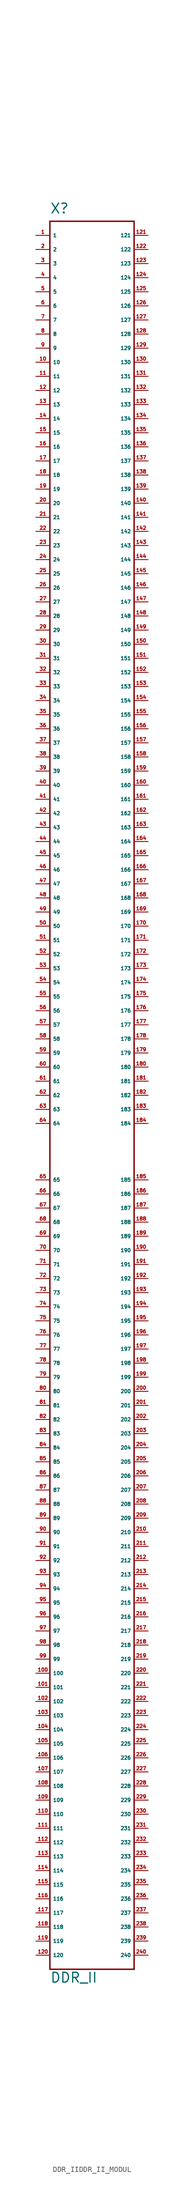
<source format=kicad_sym>
(kicad_symbol_lib
  (version 20220914)
  (generator Eagle2Kicad)
  (symbol "DDR_IIDDR_II_MODUL"
    (property "Reference" "X"
      (at -7.62 168.91 0)
      (effects (font (size 1.778 1.778) (thickness 0.22)) (justify left bottom)))
    (property "Value" "DDR_II"
      (at -7.62 -149.86 0)
      (effects (font (size 1.778 1.778) (thickness 0.22)) (justify left bottom)))
    (polyline
      (pts (xy -7.62 167.64) (xy 7.62 167.64))
      (stroke (width 0.254) (type default))
      (fill (type none)))
    (polyline
      (pts (xy 7.62 167.64) (xy 7.62 -147.32))
      (stroke (width 0.254) (type default))
      (fill (type none)))
    (polyline
      (pts (xy 7.62 -147.32) (xy -7.62 -147.32))
      (stroke (width 0.254) (type default))
      (fill (type none)))
    (polyline
      (pts (xy -7.62 -147.32) (xy -7.62 167.64))
      (stroke (width 0.254) (type default))
      (fill (type none)))
    (pin passive line
      (at -10.16 165.1 0)
      (length 2.54)
      (name "1" (effects (font (size 0.635 0.635) (thickness 0.08)) (justify left bottom)))
      (number "1" (effects (font (size 0.635 0.635) (thickness 0.08)) (justify left bottom))))
    (pin passive line
      (at -10.16 162.56 0)
      (length 2.54)
      (name "2" (effects (font (size 0.635 0.635) (thickness 0.08)) (justify left bottom)))
      (number "2" (effects (font (size 0.635 0.635) (thickness 0.08)) (justify left bottom))))
    (pin passive line
      (at -10.16 160.02 0)
      (length 2.54)
      (name "3" (effects (font (size 0.635 0.635) (thickness 0.08)) (justify left bottom)))
      (number "3" (effects (font (size 0.635 0.635) (thickness 0.08)) (justify left bottom))))
    (pin passive line
      (at -10.16 157.48 0)
      (length 2.54)
      (name "4" (effects (font (size 0.635 0.635) (thickness 0.08)) (justify left bottom)))
      (number "4" (effects (font (size 0.635 0.635) (thickness 0.08)) (justify left bottom))))
    (pin passive line
      (at -10.16 154.94 0)
      (length 2.54)
      (name "5" (effects (font (size 0.635 0.635) (thickness 0.08)) (justify left bottom)))
      (number "5" (effects (font (size 0.635 0.635) (thickness 0.08)) (justify left bottom))))
    (pin passive line
      (at -10.16 152.4 0)
      (length 2.54)
      (name "6" (effects (font (size 0.635 0.635) (thickness 0.08)) (justify left bottom)))
      (number "6" (effects (font (size 0.635 0.635) (thickness 0.08)) (justify left bottom))))
    (pin passive line
      (at -10.16 149.86 0)
      (length 2.54)
      (name "7" (effects (font (size 0.635 0.635) (thickness 0.08)) (justify left bottom)))
      (number "7" (effects (font (size 0.635 0.635) (thickness 0.08)) (justify left bottom))))
    (pin passive line
      (at -10.16 147.32 0)
      (length 2.54)
      (name "8" (effects (font (size 0.635 0.635) (thickness 0.08)) (justify left bottom)))
      (number "8" (effects (font (size 0.635 0.635) (thickness 0.08)) (justify left bottom))))
    (pin passive line
      (at -10.16 144.78 0)
      (length 2.54)
      (name "9" (effects (font (size 0.635 0.635) (thickness 0.08)) (justify left bottom)))
      (number "9" (effects (font (size 0.635 0.635) (thickness 0.08)) (justify left bottom))))
    (pin passive line
      (at -10.16 142.24 0)
      (length 2.54)
      (name "10" (effects (font (size 0.635 0.635) (thickness 0.08)) (justify left bottom)))
      (number "10" (effects (font (size 0.635 0.635) (thickness 0.08)) (justify left bottom))))
    (pin passive line
      (at -10.16 139.7 0)
      (length 2.54)
      (name "11" (effects (font (size 0.635 0.635) (thickness 0.08)) (justify left bottom)))
      (number "11" (effects (font (size 0.635 0.635) (thickness 0.08)) (justify left bottom))))
    (pin passive line
      (at -10.16 137.16 0)
      (length 2.54)
      (name "12" (effects (font (size 0.635 0.635) (thickness 0.08)) (justify left bottom)))
      (number "12" (effects (font (size 0.635 0.635) (thickness 0.08)) (justify left bottom))))
    (pin passive line
      (at -10.16 134.62 0)
      (length 2.54)
      (name "13" (effects (font (size 0.635 0.635) (thickness 0.08)) (justify left bottom)))
      (number "13" (effects (font (size 0.635 0.635) (thickness 0.08)) (justify left bottom))))
    (pin passive line
      (at -10.16 132.08 0)
      (length 2.54)
      (name "14" (effects (font (size 0.635 0.635) (thickness 0.08)) (justify left bottom)))
      (number "14" (effects (font (size 0.635 0.635) (thickness 0.08)) (justify left bottom))))
    (pin passive line
      (at -10.16 129.54 0)
      (length 2.54)
      (name "15" (effects (font (size 0.635 0.635) (thickness 0.08)) (justify left bottom)))
      (number "15" (effects (font (size 0.635 0.635) (thickness 0.08)) (justify left bottom))))
    (pin passive line
      (at -10.16 127 0)
      (length 2.54)
      (name "16" (effects (font (size 0.635 0.635) (thickness 0.08)) (justify left bottom)))
      (number "16" (effects (font (size 0.635 0.635) (thickness 0.08)) (justify left bottom))))
    (pin passive line
      (at -10.16 124.46 0)
      (length 2.54)
      (name "17" (effects (font (size 0.635 0.635) (thickness 0.08)) (justify left bottom)))
      (number "17" (effects (font (size 0.635 0.635) (thickness 0.08)) (justify left bottom))))
    (pin passive line
      (at -10.16 121.92 0)
      (length 2.54)
      (name "18" (effects (font (size 0.635 0.635) (thickness 0.08)) (justify left bottom)))
      (number "18" (effects (font (size 0.635 0.635) (thickness 0.08)) (justify left bottom))))
    (pin passive line
      (at -10.16 119.38 0)
      (length 2.54)
      (name "19" (effects (font (size 0.635 0.635) (thickness 0.08)) (justify left bottom)))
      (number "19" (effects (font (size 0.635 0.635) (thickness 0.08)) (justify left bottom))))
    (pin passive line
      (at -10.16 116.84 0)
      (length 2.54)
      (name "20" (effects (font (size 0.635 0.635) (thickness 0.08)) (justify left bottom)))
      (number "20" (effects (font (size 0.635 0.635) (thickness 0.08)) (justify left bottom))))
    (pin passive line
      (at -10.16 114.3 0)
      (length 2.54)
      (name "21" (effects (font (size 0.635 0.635) (thickness 0.08)) (justify left bottom)))
      (number "21" (effects (font (size 0.635 0.635) (thickness 0.08)) (justify left bottom))))
    (pin passive line
      (at -10.16 111.76 0)
      (length 2.54)
      (name "22" (effects (font (size 0.635 0.635) (thickness 0.08)) (justify left bottom)))
      (number "22" (effects (font (size 0.635 0.635) (thickness 0.08)) (justify left bottom))))
    (pin passive line
      (at -10.16 109.22 0)
      (length 2.54)
      (name "23" (effects (font (size 0.635 0.635) (thickness 0.08)) (justify left bottom)))
      (number "23" (effects (font (size 0.635 0.635) (thickness 0.08)) (justify left bottom))))
    (pin passive line
      (at -10.16 106.68 0)
      (length 2.54)
      (name "24" (effects (font (size 0.635 0.635) (thickness 0.08)) (justify left bottom)))
      (number "24" (effects (font (size 0.635 0.635) (thickness 0.08)) (justify left bottom))))
    (pin passive line
      (at -10.16 104.14 0)
      (length 2.54)
      (name "25" (effects (font (size 0.635 0.635) (thickness 0.08)) (justify left bottom)))
      (number "25" (effects (font (size 0.635 0.635) (thickness 0.08)) (justify left bottom))))
    (pin passive line
      (at -10.16 101.6 0)
      (length 2.54)
      (name "26" (effects (font (size 0.635 0.635) (thickness 0.08)) (justify left bottom)))
      (number "26" (effects (font (size 0.635 0.635) (thickness 0.08)) (justify left bottom))))
    (pin passive line
      (at -10.16 99.06 0)
      (length 2.54)
      (name "27" (effects (font (size 0.635 0.635) (thickness 0.08)) (justify left bottom)))
      (number "27" (effects (font (size 0.635 0.635) (thickness 0.08)) (justify left bottom))))
    (pin passive line
      (at -10.16 96.52 0)
      (length 2.54)
      (name "28" (effects (font (size 0.635 0.635) (thickness 0.08)) (justify left bottom)))
      (number "28" (effects (font (size 0.635 0.635) (thickness 0.08)) (justify left bottom))))
    (pin passive line
      (at -10.16 93.98 0)
      (length 2.54)
      (name "29" (effects (font (size 0.635 0.635) (thickness 0.08)) (justify left bottom)))
      (number "29" (effects (font (size 0.635 0.635) (thickness 0.08)) (justify left bottom))))
    (pin passive line
      (at -10.16 91.44 0)
      (length 2.54)
      (name "30" (effects (font (size 0.635 0.635) (thickness 0.08)) (justify left bottom)))
      (number "30" (effects (font (size 0.635 0.635) (thickness 0.08)) (justify left bottom))))
    (pin passive line
      (at -10.16 88.9 0)
      (length 2.54)
      (name "31" (effects (font (size 0.635 0.635) (thickness 0.08)) (justify left bottom)))
      (number "31" (effects (font (size 0.635 0.635) (thickness 0.08)) (justify left bottom))))
    (pin passive line
      (at -10.16 86.36 0)
      (length 2.54)
      (name "32" (effects (font (size 0.635 0.635) (thickness 0.08)) (justify left bottom)))
      (number "32" (effects (font (size 0.635 0.635) (thickness 0.08)) (justify left bottom))))
    (pin passive line
      (at -10.16 83.82 0)
      (length 2.54)
      (name "33" (effects (font (size 0.635 0.635) (thickness 0.08)) (justify left bottom)))
      (number "33" (effects (font (size 0.635 0.635) (thickness 0.08)) (justify left bottom))))
    (pin passive line
      (at -10.16 81.28 0)
      (length 2.54)
      (name "34" (effects (font (size 0.635 0.635) (thickness 0.08)) (justify left bottom)))
      (number "34" (effects (font (size 0.635 0.635) (thickness 0.08)) (justify left bottom))))
    (pin passive line
      (at -10.16 78.74 0)
      (length 2.54)
      (name "35" (effects (font (size 0.635 0.635) (thickness 0.08)) (justify left bottom)))
      (number "35" (effects (font (size 0.635 0.635) (thickness 0.08)) (justify left bottom))))
    (pin passive line
      (at -10.16 76.2 0)
      (length 2.54)
      (name "36" (effects (font (size 0.635 0.635) (thickness 0.08)) (justify left bottom)))
      (number "36" (effects (font (size 0.635 0.635) (thickness 0.08)) (justify left bottom))))
    (pin passive line
      (at -10.16 73.66 0)
      (length 2.54)
      (name "37" (effects (font (size 0.635 0.635) (thickness 0.08)) (justify left bottom)))
      (number "37" (effects (font (size 0.635 0.635) (thickness 0.08)) (justify left bottom))))
    (pin passive line
      (at -10.16 71.12 0)
      (length 2.54)
      (name "38" (effects (font (size 0.635 0.635) (thickness 0.08)) (justify left bottom)))
      (number "38" (effects (font (size 0.635 0.635) (thickness 0.08)) (justify left bottom))))
    (pin passive line
      (at -10.16 68.58 0)
      (length 2.54)
      (name "39" (effects (font (size 0.635 0.635) (thickness 0.08)) (justify left bottom)))
      (number "39" (effects (font (size 0.635 0.635) (thickness 0.08)) (justify left bottom))))
    (pin passive line
      (at -10.16 66.04 0)
      (length 2.54)
      (name "40" (effects (font (size 0.635 0.635) (thickness 0.08)) (justify left bottom)))
      (number "40" (effects (font (size 0.635 0.635) (thickness 0.08)) (justify left bottom))))
    (pin passive line
      (at -10.16 63.5 0)
      (length 2.54)
      (name "41" (effects (font (size 0.635 0.635) (thickness 0.08)) (justify left bottom)))
      (number "41" (effects (font (size 0.635 0.635) (thickness 0.08)) (justify left bottom))))
    (pin passive line
      (at -10.16 60.96 0)
      (length 2.54)
      (name "42" (effects (font (size 0.635 0.635) (thickness 0.08)) (justify left bottom)))
      (number "42" (effects (font (size 0.635 0.635) (thickness 0.08)) (justify left bottom))))
    (pin passive line
      (at -10.16 58.42 0)
      (length 2.54)
      (name "43" (effects (font (size 0.635 0.635) (thickness 0.08)) (justify left bottom)))
      (number "43" (effects (font (size 0.635 0.635) (thickness 0.08)) (justify left bottom))))
    (pin passive line
      (at -10.16 55.88 0)
      (length 2.54)
      (name "44" (effects (font (size 0.635 0.635) (thickness 0.08)) (justify left bottom)))
      (number "44" (effects (font (size 0.635 0.635) (thickness 0.08)) (justify left bottom))))
    (pin passive line
      (at -10.16 53.34 0)
      (length 2.54)
      (name "45" (effects (font (size 0.635 0.635) (thickness 0.08)) (justify left bottom)))
      (number "45" (effects (font (size 0.635 0.635) (thickness 0.08)) (justify left bottom))))
    (pin passive line
      (at -10.16 50.8 0)
      (length 2.54)
      (name "46" (effects (font (size 0.635 0.635) (thickness 0.08)) (justify left bottom)))
      (number "46" (effects (font (size 0.635 0.635) (thickness 0.08)) (justify left bottom))))
    (pin passive line
      (at -10.16 48.26 0)
      (length 2.54)
      (name "47" (effects (font (size 0.635 0.635) (thickness 0.08)) (justify left bottom)))
      (number "47" (effects (font (size 0.635 0.635) (thickness 0.08)) (justify left bottom))))
    (pin passive line
      (at -10.16 45.72 0)
      (length 2.54)
      (name "48" (effects (font (size 0.635 0.635) (thickness 0.08)) (justify left bottom)))
      (number "48" (effects (font (size 0.635 0.635) (thickness 0.08)) (justify left bottom))))
    (pin passive line
      (at -10.16 43.18 0)
      (length 2.54)
      (name "49" (effects (font (size 0.635 0.635) (thickness 0.08)) (justify left bottom)))
      (number "49" (effects (font (size 0.635 0.635) (thickness 0.08)) (justify left bottom))))
    (pin passive line
      (at -10.16 40.64 0)
      (length 2.54)
      (name "50" (effects (font (size 0.635 0.635) (thickness 0.08)) (justify left bottom)))
      (number "50" (effects (font (size 0.635 0.635) (thickness 0.08)) (justify left bottom))))
    (pin passive line
      (at -10.16 38.1 0)
      (length 2.54)
      (name "51" (effects (font (size 0.635 0.635) (thickness 0.08)) (justify left bottom)))
      (number "51" (effects (font (size 0.635 0.635) (thickness 0.08)) (justify left bottom))))
    (pin passive line
      (at -10.16 35.56 0)
      (length 2.54)
      (name "52" (effects (font (size 0.635 0.635) (thickness 0.08)) (justify left bottom)))
      (number "52" (effects (font (size 0.635 0.635) (thickness 0.08)) (justify left bottom))))
    (pin passive line
      (at -10.16 33.02 0)
      (length 2.54)
      (name "53" (effects (font (size 0.635 0.635) (thickness 0.08)) (justify left bottom)))
      (number "53" (effects (font (size 0.635 0.635) (thickness 0.08)) (justify left bottom))))
    (pin passive line
      (at -10.16 30.48 0)
      (length 2.54)
      (name "54" (effects (font (size 0.635 0.635) (thickness 0.08)) (justify left bottom)))
      (number "54" (effects (font (size 0.635 0.635) (thickness 0.08)) (justify left bottom))))
    (pin passive line
      (at -10.16 27.94 0)
      (length 2.54)
      (name "55" (effects (font (size 0.635 0.635) (thickness 0.08)) (justify left bottom)))
      (number "55" (effects (font (size 0.635 0.635) (thickness 0.08)) (justify left bottom))))
    (pin passive line
      (at -10.16 25.4 0)
      (length 2.54)
      (name "56" (effects (font (size 0.635 0.635) (thickness 0.08)) (justify left bottom)))
      (number "56" (effects (font (size 0.635 0.635) (thickness 0.08)) (justify left bottom))))
    (pin passive line
      (at -10.16 22.86 0)
      (length 2.54)
      (name "57" (effects (font (size 0.635 0.635) (thickness 0.08)) (justify left bottom)))
      (number "57" (effects (font (size 0.635 0.635) (thickness 0.08)) (justify left bottom))))
    (pin passive line
      (at -10.16 20.32 0)
      (length 2.54)
      (name "58" (effects (font (size 0.635 0.635) (thickness 0.08)) (justify left bottom)))
      (number "58" (effects (font (size 0.635 0.635) (thickness 0.08)) (justify left bottom))))
    (pin passive line
      (at -10.16 17.78 0)
      (length 2.54)
      (name "59" (effects (font (size 0.635 0.635) (thickness 0.08)) (justify left bottom)))
      (number "59" (effects (font (size 0.635 0.635) (thickness 0.08)) (justify left bottom))))
    (pin passive line
      (at -10.16 15.24 0)
      (length 2.54)
      (name "60" (effects (font (size 0.635 0.635) (thickness 0.08)) (justify left bottom)))
      (number "60" (effects (font (size 0.635 0.635) (thickness 0.08)) (justify left bottom))))
    (pin passive line
      (at -10.16 12.7 0)
      (length 2.54)
      (name "61" (effects (font (size 0.635 0.635) (thickness 0.08)) (justify left bottom)))
      (number "61" (effects (font (size 0.635 0.635) (thickness 0.08)) (justify left bottom))))
    (pin passive line
      (at -10.16 10.16 0)
      (length 2.54)
      (name "62" (effects (font (size 0.635 0.635) (thickness 0.08)) (justify left bottom)))
      (number "62" (effects (font (size 0.635 0.635) (thickness 0.08)) (justify left bottom))))
    (pin passive line
      (at -10.16 7.62 0)
      (length 2.54)
      (name "63" (effects (font (size 0.635 0.635) (thickness 0.08)) (justify left bottom)))
      (number "63" (effects (font (size 0.635 0.635) (thickness 0.08)) (justify left bottom))))
    (pin passive line
      (at -10.16 5.08 0)
      (length 2.54)
      (name "64" (effects (font (size 0.635 0.635) (thickness 0.08)) (justify left bottom)))
      (number "64" (effects (font (size 0.635 0.635) (thickness 0.08)) (justify left bottom))))
    (pin passive line
      (at -10.16 -5.08 0)
      (length 2.54)
      (name "65" (effects (font (size 0.635 0.635) (thickness 0.08)) (justify left bottom)))
      (number "65" (effects (font (size 0.635 0.635) (thickness 0.08)) (justify left bottom))))
    (pin passive line
      (at -10.16 -7.62 0)
      (length 2.54)
      (name "66" (effects (font (size 0.635 0.635) (thickness 0.08)) (justify left bottom)))
      (number "66" (effects (font (size 0.635 0.635) (thickness 0.08)) (justify left bottom))))
    (pin passive line
      (at -10.16 -10.16 0)
      (length 2.54)
      (name "67" (effects (font (size 0.635 0.635) (thickness 0.08)) (justify left bottom)))
      (number "67" (effects (font (size 0.635 0.635) (thickness 0.08)) (justify left bottom))))
    (pin passive line
      (at -10.16 -12.7 0)
      (length 2.54)
      (name "68" (effects (font (size 0.635 0.635) (thickness 0.08)) (justify left bottom)))
      (number "68" (effects (font (size 0.635 0.635) (thickness 0.08)) (justify left bottom))))
    (pin passive line
      (at -10.16 -15.24 0)
      (length 2.54)
      (name "69" (effects (font (size 0.635 0.635) (thickness 0.08)) (justify left bottom)))
      (number "69" (effects (font (size 0.635 0.635) (thickness 0.08)) (justify left bottom))))
    (pin passive line
      (at -10.16 -17.78 0)
      (length 2.54)
      (name "70" (effects (font (size 0.635 0.635) (thickness 0.08)) (justify left bottom)))
      (number "70" (effects (font (size 0.635 0.635) (thickness 0.08)) (justify left bottom))))
    (pin passive line
      (at -10.16 -20.32 0)
      (length 2.54)
      (name "71" (effects (font (size 0.635 0.635) (thickness 0.08)) (justify left bottom)))
      (number "71" (effects (font (size 0.635 0.635) (thickness 0.08)) (justify left bottom))))
    (pin passive line
      (at -10.16 -22.86 0)
      (length 2.54)
      (name "72" (effects (font (size 0.635 0.635) (thickness 0.08)) (justify left bottom)))
      (number "72" (effects (font (size 0.635 0.635) (thickness 0.08)) (justify left bottom))))
    (pin passive line
      (at -10.16 -25.4 0)
      (length 2.54)
      (name "73" (effects (font (size 0.635 0.635) (thickness 0.08)) (justify left bottom)))
      (number "73" (effects (font (size 0.635 0.635) (thickness 0.08)) (justify left bottom))))
    (pin passive line
      (at -10.16 -27.94 0)
      (length 2.54)
      (name "74" (effects (font (size 0.635 0.635) (thickness 0.08)) (justify left bottom)))
      (number "74" (effects (font (size 0.635 0.635) (thickness 0.08)) (justify left bottom))))
    (pin passive line
      (at -10.16 -30.48 0)
      (length 2.54)
      (name "75" (effects (font (size 0.635 0.635) (thickness 0.08)) (justify left bottom)))
      (number "75" (effects (font (size 0.635 0.635) (thickness 0.08)) (justify left bottom))))
    (pin passive line
      (at -10.16 -33.02 0)
      (length 2.54)
      (name "76" (effects (font (size 0.635 0.635) (thickness 0.08)) (justify left bottom)))
      (number "76" (effects (font (size 0.635 0.635) (thickness 0.08)) (justify left bottom))))
    (pin passive line
      (at -10.16 -35.56 0)
      (length 2.54)
      (name "77" (effects (font (size 0.635 0.635) (thickness 0.08)) (justify left bottom)))
      (number "77" (effects (font (size 0.635 0.635) (thickness 0.08)) (justify left bottom))))
    (pin passive line
      (at -10.16 -38.1 0)
      (length 2.54)
      (name "78" (effects (font (size 0.635 0.635) (thickness 0.08)) (justify left bottom)))
      (number "78" (effects (font (size 0.635 0.635) (thickness 0.08)) (justify left bottom))))
    (pin passive line
      (at -10.16 -40.64 0)
      (length 2.54)
      (name "79" (effects (font (size 0.635 0.635) (thickness 0.08)) (justify left bottom)))
      (number "79" (effects (font (size 0.635 0.635) (thickness 0.08)) (justify left bottom))))
    (pin passive line
      (at -10.16 -43.18 0)
      (length 2.54)
      (name "80" (effects (font (size 0.635 0.635) (thickness 0.08)) (justify left bottom)))
      (number "80" (effects (font (size 0.635 0.635) (thickness 0.08)) (justify left bottom))))
    (pin passive line
      (at -10.16 -45.72 0)
      (length 2.54)
      (name "81" (effects (font (size 0.635 0.635) (thickness 0.08)) (justify left bottom)))
      (number "81" (effects (font (size 0.635 0.635) (thickness 0.08)) (justify left bottom))))
    (pin passive line
      (at -10.16 -48.26 0)
      (length 2.54)
      (name "82" (effects (font (size 0.635 0.635) (thickness 0.08)) (justify left bottom)))
      (number "82" (effects (font (size 0.635 0.635) (thickness 0.08)) (justify left bottom))))
    (pin passive line
      (at -10.16 -50.8 0)
      (length 2.54)
      (name "83" (effects (font (size 0.635 0.635) (thickness 0.08)) (justify left bottom)))
      (number "83" (effects (font (size 0.635 0.635) (thickness 0.08)) (justify left bottom))))
    (pin passive line
      (at -10.16 -53.34 0)
      (length 2.54)
      (name "84" (effects (font (size 0.635 0.635) (thickness 0.08)) (justify left bottom)))
      (number "84" (effects (font (size 0.635 0.635) (thickness 0.08)) (justify left bottom))))
    (pin passive line
      (at -10.16 -55.88 0)
      (length 2.54)
      (name "85" (effects (font (size 0.635 0.635) (thickness 0.08)) (justify left bottom)))
      (number "85" (effects (font (size 0.635 0.635) (thickness 0.08)) (justify left bottom))))
    (pin passive line
      (at -10.16 -58.42 0)
      (length 2.54)
      (name "86" (effects (font (size 0.635 0.635) (thickness 0.08)) (justify left bottom)))
      (number "86" (effects (font (size 0.635 0.635) (thickness 0.08)) (justify left bottom))))
    (pin passive line
      (at -10.16 -60.96 0)
      (length 2.54)
      (name "87" (effects (font (size 0.635 0.635) (thickness 0.08)) (justify left bottom)))
      (number "87" (effects (font (size 0.635 0.635) (thickness 0.08)) (justify left bottom))))
    (pin passive line
      (at -10.16 -63.5 0)
      (length 2.54)
      (name "88" (effects (font (size 0.635 0.635) (thickness 0.08)) (justify left bottom)))
      (number "88" (effects (font (size 0.635 0.635) (thickness 0.08)) (justify left bottom))))
    (pin passive line
      (at -10.16 -66.04 0)
      (length 2.54)
      (name "89" (effects (font (size 0.635 0.635) (thickness 0.08)) (justify left bottom)))
      (number "89" (effects (font (size 0.635 0.635) (thickness 0.08)) (justify left bottom))))
    (pin passive line
      (at -10.16 -68.58 0)
      (length 2.54)
      (name "90" (effects (font (size 0.635 0.635) (thickness 0.08)) (justify left bottom)))
      (number "90" (effects (font (size 0.635 0.635) (thickness 0.08)) (justify left bottom))))
    (pin passive line
      (at -10.16 -71.12 0)
      (length 2.54)
      (name "91" (effects (font (size 0.635 0.635) (thickness 0.08)) (justify left bottom)))
      (number "91" (effects (font (size 0.635 0.635) (thickness 0.08)) (justify left bottom))))
    (pin passive line
      (at -10.16 -73.66 0)
      (length 2.54)
      (name "92" (effects (font (size 0.635 0.635) (thickness 0.08)) (justify left bottom)))
      (number "92" (effects (font (size 0.635 0.635) (thickness 0.08)) (justify left bottom))))
    (pin passive line
      (at -10.16 -76.2 0)
      (length 2.54)
      (name "93" (effects (font (size 0.635 0.635) (thickness 0.08)) (justify left bottom)))
      (number "93" (effects (font (size 0.635 0.635) (thickness 0.08)) (justify left bottom))))
    (pin passive line
      (at -10.16 -78.74 0)
      (length 2.54)
      (name "94" (effects (font (size 0.635 0.635) (thickness 0.08)) (justify left bottom)))
      (number "94" (effects (font (size 0.635 0.635) (thickness 0.08)) (justify left bottom))))
    (pin passive line
      (at -10.16 -81.28 0)
      (length 2.54)
      (name "95" (effects (font (size 0.635 0.635) (thickness 0.08)) (justify left bottom)))
      (number "95" (effects (font (size 0.635 0.635) (thickness 0.08)) (justify left bottom))))
    (pin passive line
      (at -10.16 -83.82 0)
      (length 2.54)
      (name "96" (effects (font (size 0.635 0.635) (thickness 0.08)) (justify left bottom)))
      (number "96" (effects (font (size 0.635 0.635) (thickness 0.08)) (justify left bottom))))
    (pin passive line
      (at -10.16 -86.36 0)
      (length 2.54)
      (name "97" (effects (font (size 0.635 0.635) (thickness 0.08)) (justify left bottom)))
      (number "97" (effects (font (size 0.635 0.635) (thickness 0.08)) (justify left bottom))))
    (pin passive line
      (at -10.16 -88.9 0)
      (length 2.54)
      (name "98" (effects (font (size 0.635 0.635) (thickness 0.08)) (justify left bottom)))
      (number "98" (effects (font (size 0.635 0.635) (thickness 0.08)) (justify left bottom))))
    (pin passive line
      (at -10.16 -91.44 0)
      (length 2.54)
      (name "99" (effects (font (size 0.635 0.635) (thickness 0.08)) (justify left bottom)))
      (number "99" (effects (font (size 0.635 0.635) (thickness 0.08)) (justify left bottom))))
    (pin passive line
      (at -10.16 -93.98 0)
      (length 2.54)
      (name "100" (effects (font (size 0.635 0.635) (thickness 0.08)) (justify left bottom)))
      (number "100" (effects (font (size 0.635 0.635) (thickness 0.08)) (justify left bottom))))
    (pin passive line
      (at -10.16 -96.52 0)
      (length 2.54)
      (name "101" (effects (font (size 0.635 0.635) (thickness 0.08)) (justify left bottom)))
      (number "101" (effects (font (size 0.635 0.635) (thickness 0.08)) (justify left bottom))))
    (pin passive line
      (at -10.16 -99.06 0)
      (length 2.54)
      (name "102" (effects (font (size 0.635 0.635) (thickness 0.08)) (justify left bottom)))
      (number "102" (effects (font (size 0.635 0.635) (thickness 0.08)) (justify left bottom))))
    (pin passive line
      (at -10.16 -101.6 0)
      (length 2.54)
      (name "103" (effects (font (size 0.635 0.635) (thickness 0.08)) (justify left bottom)))
      (number "103" (effects (font (size 0.635 0.635) (thickness 0.08)) (justify left bottom))))
    (pin passive line
      (at -10.16 -104.14 0)
      (length 2.54)
      (name "104" (effects (font (size 0.635 0.635) (thickness 0.08)) (justify left bottom)))
      (number "104" (effects (font (size 0.635 0.635) (thickness 0.08)) (justify left bottom))))
    (pin passive line
      (at -10.16 -106.68 0)
      (length 2.54)
      (name "105" (effects (font (size 0.635 0.635) (thickness 0.08)) (justify left bottom)))
      (number "105" (effects (font (size 0.635 0.635) (thickness 0.08)) (justify left bottom))))
    (pin passive line
      (at -10.16 -109.22 0)
      (length 2.54)
      (name "106" (effects (font (size 0.635 0.635) (thickness 0.08)) (justify left bottom)))
      (number "106" (effects (font (size 0.635 0.635) (thickness 0.08)) (justify left bottom))))
    (pin passive line
      (at -10.16 -111.76 0)
      (length 2.54)
      (name "107" (effects (font (size 0.635 0.635) (thickness 0.08)) (justify left bottom)))
      (number "107" (effects (font (size 0.635 0.635) (thickness 0.08)) (justify left bottom))))
    (pin passive line
      (at -10.16 -114.3 0)
      (length 2.54)
      (name "108" (effects (font (size 0.635 0.635) (thickness 0.08)) (justify left bottom)))
      (number "108" (effects (font (size 0.635 0.635) (thickness 0.08)) (justify left bottom))))
    (pin passive line
      (at -10.16 -116.84 0)
      (length 2.54)
      (name "109" (effects (font (size 0.635 0.635) (thickness 0.08)) (justify left bottom)))
      (number "109" (effects (font (size 0.635 0.635) (thickness 0.08)) (justify left bottom))))
    (pin passive line
      (at -10.16 -119.38 0)
      (length 2.54)
      (name "110" (effects (font (size 0.635 0.635) (thickness 0.08)) (justify left bottom)))
      (number "110" (effects (font (size 0.635 0.635) (thickness 0.08)) (justify left bottom))))
    (pin passive line
      (at -10.16 -121.92 0)
      (length 2.54)
      (name "111" (effects (font (size 0.635 0.635) (thickness 0.08)) (justify left bottom)))
      (number "111" (effects (font (size 0.635 0.635) (thickness 0.08)) (justify left bottom))))
    (pin passive line
      (at -10.16 -124.46 0)
      (length 2.54)
      (name "112" (effects (font (size 0.635 0.635) (thickness 0.08)) (justify left bottom)))
      (number "112" (effects (font (size 0.635 0.635) (thickness 0.08)) (justify left bottom))))
    (pin passive line
      (at -10.16 -127 0)
      (length 2.54)
      (name "113" (effects (font (size 0.635 0.635) (thickness 0.08)) (justify left bottom)))
      (number "113" (effects (font (size 0.635 0.635) (thickness 0.08)) (justify left bottom))))
    (pin passive line
      (at -10.16 -129.54 0)
      (length 2.54)
      (name "114" (effects (font (size 0.635 0.635) (thickness 0.08)) (justify left bottom)))
      (number "114" (effects (font (size 0.635 0.635) (thickness 0.08)) (justify left bottom))))
    (pin passive line
      (at -10.16 -132.08 0)
      (length 2.54)
      (name "115" (effects (font (size 0.635 0.635) (thickness 0.08)) (justify left bottom)))
      (number "115" (effects (font (size 0.635 0.635) (thickness 0.08)) (justify left bottom))))
    (pin passive line
      (at -10.16 -134.62 0)
      (length 2.54)
      (name "116" (effects (font (size 0.635 0.635) (thickness 0.08)) (justify left bottom)))
      (number "116" (effects (font (size 0.635 0.635) (thickness 0.08)) (justify left bottom))))
    (pin passive line
      (at -10.16 -137.16 0)
      (length 2.54)
      (name "117" (effects (font (size 0.635 0.635) (thickness 0.08)) (justify left bottom)))
      (number "117" (effects (font (size 0.635 0.635) (thickness 0.08)) (justify left bottom))))
    (pin passive line
      (at -10.16 -139.7 0)
      (length 2.54)
      (name "118" (effects (font (size 0.635 0.635) (thickness 0.08)) (justify left bottom)))
      (number "118" (effects (font (size 0.635 0.635) (thickness 0.08)) (justify left bottom))))
    (pin passive line
      (at -10.16 -142.24 0)
      (length 2.54)
      (name "119" (effects (font (size 0.635 0.635) (thickness 0.08)) (justify left bottom)))
      (number "119" (effects (font (size 0.635 0.635) (thickness 0.08)) (justify left bottom))))
    (pin passive line
      (at -10.16 -144.78 0)
      (length 2.54)
      (name "120" (effects (font (size 0.635 0.635) (thickness 0.08)) (justify left bottom)))
      (number "120" (effects (font (size 0.635 0.635) (thickness 0.08)) (justify left bottom))))
    (pin passive line
      (at 10.16 165.1 180)
      (length 2.54)
      (name "121" (effects (font (size 0.635 0.635) (thickness 0.08)) (justify left bottom)))
      (number "121" (effects (font (size 0.635 0.635) (thickness 0.08)) (justify left bottom))))
    (pin passive line
      (at 10.16 162.56 180)
      (length 2.54)
      (name "122" (effects (font (size 0.635 0.635) (thickness 0.08)) (justify left bottom)))
      (number "122" (effects (font (size 0.635 0.635) (thickness 0.08)) (justify left bottom))))
    (pin passive line
      (at 10.16 160.02 180)
      (length 2.54)
      (name "123" (effects (font (size 0.635 0.635) (thickness 0.08)) (justify left bottom)))
      (number "123" (effects (font (size 0.635 0.635) (thickness 0.08)) (justify left bottom))))
    (pin passive line
      (at 10.16 157.48 180)
      (length 2.54)
      (name "124" (effects (font (size 0.635 0.635) (thickness 0.08)) (justify left bottom)))
      (number "124" (effects (font (size 0.635 0.635) (thickness 0.08)) (justify left bottom))))
    (pin passive line
      (at 10.16 154.94 180)
      (length 2.54)
      (name "125" (effects (font (size 0.635 0.635) (thickness 0.08)) (justify left bottom)))
      (number "125" (effects (font (size 0.635 0.635) (thickness 0.08)) (justify left bottom))))
    (pin passive line
      (at 10.16 152.4 180)
      (length 2.54)
      (name "126" (effects (font (size 0.635 0.635) (thickness 0.08)) (justify left bottom)))
      (number "126" (effects (font (size 0.635 0.635) (thickness 0.08)) (justify left bottom))))
    (pin passive line
      (at 10.16 149.86 180)
      (length 2.54)
      (name "127" (effects (font (size 0.635 0.635) (thickness 0.08)) (justify left bottom)))
      (number "127" (effects (font (size 0.635 0.635) (thickness 0.08)) (justify left bottom))))
    (pin passive line
      (at 10.16 147.32 180)
      (length 2.54)
      (name "128" (effects (font (size 0.635 0.635) (thickness 0.08)) (justify left bottom)))
      (number "128" (effects (font (size 0.635 0.635) (thickness 0.08)) (justify left bottom))))
    (pin passive line
      (at 10.16 144.78 180)
      (length 2.54)
      (name "129" (effects (font (size 0.635 0.635) (thickness 0.08)) (justify left bottom)))
      (number "129" (effects (font (size 0.635 0.635) (thickness 0.08)) (justify left bottom))))
    (pin passive line
      (at 10.16 142.24 180)
      (length 2.54)
      (name "130" (effects (font (size 0.635 0.635) (thickness 0.08)) (justify left bottom)))
      (number "130" (effects (font (size 0.635 0.635) (thickness 0.08)) (justify left bottom))))
    (pin passive line
      (at 10.16 139.7 180)
      (length 2.54)
      (name "131" (effects (font (size 0.635 0.635) (thickness 0.08)) (justify left bottom)))
      (number "131" (effects (font (size 0.635 0.635) (thickness 0.08)) (justify left bottom))))
    (pin passive line
      (at 10.16 137.16 180)
      (length 2.54)
      (name "132" (effects (font (size 0.635 0.635) (thickness 0.08)) (justify left bottom)))
      (number "132" (effects (font (size 0.635 0.635) (thickness 0.08)) (justify left bottom))))
    (pin passive line
      (at 10.16 134.62 180)
      (length 2.54)
      (name "133" (effects (font (size 0.635 0.635) (thickness 0.08)) (justify left bottom)))
      (number "133" (effects (font (size 0.635 0.635) (thickness 0.08)) (justify left bottom))))
    (pin passive line
      (at 10.16 132.08 180)
      (length 2.54)
      (name "134" (effects (font (size 0.635 0.635) (thickness 0.08)) (justify left bottom)))
      (number "134" (effects (font (size 0.635 0.635) (thickness 0.08)) (justify left bottom))))
    (pin passive line
      (at 10.16 129.54 180)
      (length 2.54)
      (name "135" (effects (font (size 0.635 0.635) (thickness 0.08)) (justify left bottom)))
      (number "135" (effects (font (size 0.635 0.635) (thickness 0.08)) (justify left bottom))))
    (pin passive line
      (at 10.16 127 180)
      (length 2.54)
      (name "136" (effects (font (size 0.635 0.635) (thickness 0.08)) (justify left bottom)))
      (number "136" (effects (font (size 0.635 0.635) (thickness 0.08)) (justify left bottom))))
    (pin passive line
      (at 10.16 124.46 180)
      (length 2.54)
      (name "137" (effects (font (size 0.635 0.635) (thickness 0.08)) (justify left bottom)))
      (number "137" (effects (font (size 0.635 0.635) (thickness 0.08)) (justify left bottom))))
    (pin passive line
      (at 10.16 121.92 180)
      (length 2.54)
      (name "138" (effects (font (size 0.635 0.635) (thickness 0.08)) (justify left bottom)))
      (number "138" (effects (font (size 0.635 0.635) (thickness 0.08)) (justify left bottom))))
    (pin passive line
      (at 10.16 119.38 180)
      (length 2.54)
      (name "139" (effects (font (size 0.635 0.635) (thickness 0.08)) (justify left bottom)))
      (number "139" (effects (font (size 0.635 0.635) (thickness 0.08)) (justify left bottom))))
    (pin passive line
      (at 10.16 116.84 180)
      (length 2.54)
      (name "140" (effects (font (size 0.635 0.635) (thickness 0.08)) (justify left bottom)))
      (number "140" (effects (font (size 0.635 0.635) (thickness 0.08)) (justify left bottom))))
    (pin passive line
      (at 10.16 114.3 180)
      (length 2.54)
      (name "141" (effects (font (size 0.635 0.635) (thickness 0.08)) (justify left bottom)))
      (number "141" (effects (font (size 0.635 0.635) (thickness 0.08)) (justify left bottom))))
    (pin passive line
      (at 10.16 111.76 180)
      (length 2.54)
      (name "142" (effects (font (size 0.635 0.635) (thickness 0.08)) (justify left bottom)))
      (number "142" (effects (font (size 0.635 0.635) (thickness 0.08)) (justify left bottom))))
    (pin passive line
      (at 10.16 109.22 180)
      (length 2.54)
      (name "143" (effects (font (size 0.635 0.635) (thickness 0.08)) (justify left bottom)))
      (number "143" (effects (font (size 0.635 0.635) (thickness 0.08)) (justify left bottom))))
    (pin passive line
      (at 10.16 106.68 180)
      (length 2.54)
      (name "144" (effects (font (size 0.635 0.635) (thickness 0.08)) (justify left bottom)))
      (number "144" (effects (font (size 0.635 0.635) (thickness 0.08)) (justify left bottom))))
    (pin passive line
      (at 10.16 104.14 180)
      (length 2.54)
      (name "145" (effects (font (size 0.635 0.635) (thickness 0.08)) (justify left bottom)))
      (number "145" (effects (font (size 0.635 0.635) (thickness 0.08)) (justify left bottom))))
    (pin passive line
      (at 10.16 101.6 180)
      (length 2.54)
      (name "146" (effects (font (size 0.635 0.635) (thickness 0.08)) (justify left bottom)))
      (number "146" (effects (font (size 0.635 0.635) (thickness 0.08)) (justify left bottom))))
    (pin passive line
      (at 10.16 99.06 180)
      (length 2.54)
      (name "147" (effects (font (size 0.635 0.635) (thickness 0.08)) (justify left bottom)))
      (number "147" (effects (font (size 0.635 0.635) (thickness 0.08)) (justify left bottom))))
    (pin passive line
      (at 10.16 96.52 180)
      (length 2.54)
      (name "148" (effects (font (size 0.635 0.635) (thickness 0.08)) (justify left bottom)))
      (number "148" (effects (font (size 0.635 0.635) (thickness 0.08)) (justify left bottom))))
    (pin passive line
      (at 10.16 93.98 180)
      (length 2.54)
      (name "149" (effects (font (size 0.635 0.635) (thickness 0.08)) (justify left bottom)))
      (number "149" (effects (font (size 0.635 0.635) (thickness 0.08)) (justify left bottom))))
    (pin passive line
      (at 10.16 91.44 180)
      (length 2.54)
      (name "150" (effects (font (size 0.635 0.635) (thickness 0.08)) (justify left bottom)))
      (number "150" (effects (font (size 0.635 0.635) (thickness 0.08)) (justify left bottom))))
    (pin passive line
      (at 10.16 88.9 180)
      (length 2.54)
      (name "151" (effects (font (size 0.635 0.635) (thickness 0.08)) (justify left bottom)))
      (number "151" (effects (font (size 0.635 0.635) (thickness 0.08)) (justify left bottom))))
    (pin passive line
      (at 10.16 86.36 180)
      (length 2.54)
      (name "152" (effects (font (size 0.635 0.635) (thickness 0.08)) (justify left bottom)))
      (number "152" (effects (font (size 0.635 0.635) (thickness 0.08)) (justify left bottom))))
    (pin passive line
      (at 10.16 83.82 180)
      (length 2.54)
      (name "153" (effects (font (size 0.635 0.635) (thickness 0.08)) (justify left bottom)))
      (number "153" (effects (font (size 0.635 0.635) (thickness 0.08)) (justify left bottom))))
    (pin passive line
      (at 10.16 81.28 180)
      (length 2.54)
      (name "154" (effects (font (size 0.635 0.635) (thickness 0.08)) (justify left bottom)))
      (number "154" (effects (font (size 0.635 0.635) (thickness 0.08)) (justify left bottom))))
    (pin passive line
      (at 10.16 78.74 180)
      (length 2.54)
      (name "155" (effects (font (size 0.635 0.635) (thickness 0.08)) (justify left bottom)))
      (number "155" (effects (font (size 0.635 0.635) (thickness 0.08)) (justify left bottom))))
    (pin passive line
      (at 10.16 76.2 180)
      (length 2.54)
      (name "156" (effects (font (size 0.635 0.635) (thickness 0.08)) (justify left bottom)))
      (number "156" (effects (font (size 0.635 0.635) (thickness 0.08)) (justify left bottom))))
    (pin passive line
      (at 10.16 73.66 180)
      (length 2.54)
      (name "157" (effects (font (size 0.635 0.635) (thickness 0.08)) (justify left bottom)))
      (number "157" (effects (font (size 0.635 0.635) (thickness 0.08)) (justify left bottom))))
    (pin passive line
      (at 10.16 71.12 180)
      (length 2.54)
      (name "158" (effects (font (size 0.635 0.635) (thickness 0.08)) (justify left bottom)))
      (number "158" (effects (font (size 0.635 0.635) (thickness 0.08)) (justify left bottom))))
    (pin passive line
      (at 10.16 68.58 180)
      (length 2.54)
      (name "159" (effects (font (size 0.635 0.635) (thickness 0.08)) (justify left bottom)))
      (number "159" (effects (font (size 0.635 0.635) (thickness 0.08)) (justify left bottom))))
    (pin passive line
      (at 10.16 66.04 180)
      (length 2.54)
      (name "160" (effects (font (size 0.635 0.635) (thickness 0.08)) (justify left bottom)))
      (number "160" (effects (font (size 0.635 0.635) (thickness 0.08)) (justify left bottom))))
    (pin passive line
      (at 10.16 63.5 180)
      (length 2.54)
      (name "161" (effects (font (size 0.635 0.635) (thickness 0.08)) (justify left bottom)))
      (number "161" (effects (font (size 0.635 0.635) (thickness 0.08)) (justify left bottom))))
    (pin passive line
      (at 10.16 60.96 180)
      (length 2.54)
      (name "162" (effects (font (size 0.635 0.635) (thickness 0.08)) (justify left bottom)))
      (number "162" (effects (font (size 0.635 0.635) (thickness 0.08)) (justify left bottom))))
    (pin passive line
      (at 10.16 58.42 180)
      (length 2.54)
      (name "163" (effects (font (size 0.635 0.635) (thickness 0.08)) (justify left bottom)))
      (number "163" (effects (font (size 0.635 0.635) (thickness 0.08)) (justify left bottom))))
    (pin passive line
      (at 10.16 55.88 180)
      (length 2.54)
      (name "164" (effects (font (size 0.635 0.635) (thickness 0.08)) (justify left bottom)))
      (number "164" (effects (font (size 0.635 0.635) (thickness 0.08)) (justify left bottom))))
    (pin passive line
      (at 10.16 53.34 180)
      (length 2.54)
      (name "165" (effects (font (size 0.635 0.635) (thickness 0.08)) (justify left bottom)))
      (number "165" (effects (font (size 0.635 0.635) (thickness 0.08)) (justify left bottom))))
    (pin passive line
      (at 10.16 50.8 180)
      (length 2.54)
      (name "166" (effects (font (size 0.635 0.635) (thickness 0.08)) (justify left bottom)))
      (number "166" (effects (font (size 0.635 0.635) (thickness 0.08)) (justify left bottom))))
    (pin passive line
      (at 10.16 48.26 180)
      (length 2.54)
      (name "167" (effects (font (size 0.635 0.635) (thickness 0.08)) (justify left bottom)))
      (number "167" (effects (font (size 0.635 0.635) (thickness 0.08)) (justify left bottom))))
    (pin passive line
      (at 10.16 45.72 180)
      (length 2.54)
      (name "168" (effects (font (size 0.635 0.635) (thickness 0.08)) (justify left bottom)))
      (number "168" (effects (font (size 0.635 0.635) (thickness 0.08)) (justify left bottom))))
    (pin passive line
      (at 10.16 43.18 180)
      (length 2.54)
      (name "169" (effects (font (size 0.635 0.635) (thickness 0.08)) (justify left bottom)))
      (number "169" (effects (font (size 0.635 0.635) (thickness 0.08)) (justify left bottom))))
    (pin passive line
      (at 10.16 40.64 180)
      (length 2.54)
      (name "170" (effects (font (size 0.635 0.635) (thickness 0.08)) (justify left bottom)))
      (number "170" (effects (font (size 0.635 0.635) (thickness 0.08)) (justify left bottom))))
    (pin passive line
      (at 10.16 38.1 180)
      (length 2.54)
      (name "171" (effects (font (size 0.635 0.635) (thickness 0.08)) (justify left bottom)))
      (number "171" (effects (font (size 0.635 0.635) (thickness 0.08)) (justify left bottom))))
    (pin passive line
      (at 10.16 35.56 180)
      (length 2.54)
      (name "172" (effects (font (size 0.635 0.635) (thickness 0.08)) (justify left bottom)))
      (number "172" (effects (font (size 0.635 0.635) (thickness 0.08)) (justify left bottom))))
    (pin passive line
      (at 10.16 33.02 180)
      (length 2.54)
      (name "173" (effects (font (size 0.635 0.635) (thickness 0.08)) (justify left bottom)))
      (number "173" (effects (font (size 0.635 0.635) (thickness 0.08)) (justify left bottom))))
    (pin passive line
      (at 10.16 30.48 180)
      (length 2.54)
      (name "174" (effects (font (size 0.635 0.635) (thickness 0.08)) (justify left bottom)))
      (number "174" (effects (font (size 0.635 0.635) (thickness 0.08)) (justify left bottom))))
    (pin passive line
      (at 10.16 27.94 180)
      (length 2.54)
      (name "175" (effects (font (size 0.635 0.635) (thickness 0.08)) (justify left bottom)))
      (number "175" (effects (font (size 0.635 0.635) (thickness 0.08)) (justify left bottom))))
    (pin passive line
      (at 10.16 25.4 180)
      (length 2.54)
      (name "176" (effects (font (size 0.635 0.635) (thickness 0.08)) (justify left bottom)))
      (number "176" (effects (font (size 0.635 0.635) (thickness 0.08)) (justify left bottom))))
    (pin passive line
      (at 10.16 22.86 180)
      (length 2.54)
      (name "177" (effects (font (size 0.635 0.635) (thickness 0.08)) (justify left bottom)))
      (number "177" (effects (font (size 0.635 0.635) (thickness 0.08)) (justify left bottom))))
    (pin passive line
      (at 10.16 20.32 180)
      (length 2.54)
      (name "178" (effects (font (size 0.635 0.635) (thickness 0.08)) (justify left bottom)))
      (number "178" (effects (font (size 0.635 0.635) (thickness 0.08)) (justify left bottom))))
    (pin passive line
      (at 10.16 17.78 180)
      (length 2.54)
      (name "179" (effects (font (size 0.635 0.635) (thickness 0.08)) (justify left bottom)))
      (number "179" (effects (font (size 0.635 0.635) (thickness 0.08)) (justify left bottom))))
    (pin passive line
      (at 10.16 15.24 180)
      (length 2.54)
      (name "180" (effects (font (size 0.635 0.635) (thickness 0.08)) (justify left bottom)))
      (number "180" (effects (font (size 0.635 0.635) (thickness 0.08)) (justify left bottom))))
    (pin passive line
      (at 10.16 12.7 180)
      (length 2.54)
      (name "181" (effects (font (size 0.635 0.635) (thickness 0.08)) (justify left bottom)))
      (number "181" (effects (font (size 0.635 0.635) (thickness 0.08)) (justify left bottom))))
    (pin passive line
      (at 10.16 10.16 180)
      (length 2.54)
      (name "182" (effects (font (size 0.635 0.635) (thickness 0.08)) (justify left bottom)))
      (number "182" (effects (font (size 0.635 0.635) (thickness 0.08)) (justify left bottom))))
    (pin passive line
      (at 10.16 7.62 180)
      (length 2.54)
      (name "183" (effects (font (size 0.635 0.635) (thickness 0.08)) (justify left bottom)))
      (number "183" (effects (font (size 0.635 0.635) (thickness 0.08)) (justify left bottom))))
    (pin passive line
      (at 10.16 5.08 180)
      (length 2.54)
      (name "184" (effects (font (size 0.635 0.635) (thickness 0.08)) (justify left bottom)))
      (number "184" (effects (font (size 0.635 0.635) (thickness 0.08)) (justify left bottom))))
    (pin passive line
      (at 10.16 -5.08 180)
      (length 2.54)
      (name "185" (effects (font (size 0.635 0.635) (thickness 0.08)) (justify left bottom)))
      (number "185" (effects (font (size 0.635 0.635) (thickness 0.08)) (justify left bottom))))
    (pin passive line
      (at 10.16 -7.62 180)
      (length 2.54)
      (name "186" (effects (font (size 0.635 0.635) (thickness 0.08)) (justify left bottom)))
      (number "186" (effects (font (size 0.635 0.635) (thickness 0.08)) (justify left bottom))))
    (pin passive line
      (at 10.16 -10.16 180)
      (length 2.54)
      (name "187" (effects (font (size 0.635 0.635) (thickness 0.08)) (justify left bottom)))
      (number "187" (effects (font (size 0.635 0.635) (thickness 0.08)) (justify left bottom))))
    (pin passive line
      (at 10.16 -12.7 180)
      (length 2.54)
      (name "188" (effects (font (size 0.635 0.635) (thickness 0.08)) (justify left bottom)))
      (number "188" (effects (font (size 0.635 0.635) (thickness 0.08)) (justify left bottom))))
    (pin passive line
      (at 10.16 -15.24 180)
      (length 2.54)
      (name "189" (effects (font (size 0.635 0.635) (thickness 0.08)) (justify left bottom)))
      (number "189" (effects (font (size 0.635 0.635) (thickness 0.08)) (justify left bottom))))
    (pin passive line
      (at 10.16 -17.78 180)
      (length 2.54)
      (name "190" (effects (font (size 0.635 0.635) (thickness 0.08)) (justify left bottom)))
      (number "190" (effects (font (size 0.635 0.635) (thickness 0.08)) (justify left bottom))))
    (pin passive line
      (at 10.16 -20.32 180)
      (length 2.54)
      (name "191" (effects (font (size 0.635 0.635) (thickness 0.08)) (justify left bottom)))
      (number "191" (effects (font (size 0.635 0.635) (thickness 0.08)) (justify left bottom))))
    (pin passive line
      (at 10.16 -22.86 180)
      (length 2.54)
      (name "192" (effects (font (size 0.635 0.635) (thickness 0.08)) (justify left bottom)))
      (number "192" (effects (font (size 0.635 0.635) (thickness 0.08)) (justify left bottom))))
    (pin passive line
      (at 10.16 -25.4 180)
      (length 2.54)
      (name "193" (effects (font (size 0.635 0.635) (thickness 0.08)) (justify left bottom)))
      (number "193" (effects (font (size 0.635 0.635) (thickness 0.08)) (justify left bottom))))
    (pin passive line
      (at 10.16 -27.94 180)
      (length 2.54)
      (name "194" (effects (font (size 0.635 0.635) (thickness 0.08)) (justify left bottom)))
      (number "194" (effects (font (size 0.635 0.635) (thickness 0.08)) (justify left bottom))))
    (pin passive line
      (at 10.16 -30.48 180)
      (length 2.54)
      (name "195" (effects (font (size 0.635 0.635) (thickness 0.08)) (justify left bottom)))
      (number "195" (effects (font (size 0.635 0.635) (thickness 0.08)) (justify left bottom))))
    (pin passive line
      (at 10.16 -33.02 180)
      (length 2.54)
      (name "196" (effects (font (size 0.635 0.635) (thickness 0.08)) (justify left bottom)))
      (number "196" (effects (font (size 0.635 0.635) (thickness 0.08)) (justify left bottom))))
    (pin passive line
      (at 10.16 -35.56 180)
      (length 2.54)
      (name "197" (effects (font (size 0.635 0.635) (thickness 0.08)) (justify left bottom)))
      (number "197" (effects (font (size 0.635 0.635) (thickness 0.08)) (justify left bottom))))
    (pin passive line
      (at 10.16 -38.1 180)
      (length 2.54)
      (name "198" (effects (font (size 0.635 0.635) (thickness 0.08)) (justify left bottom)))
      (number "198" (effects (font (size 0.635 0.635) (thickness 0.08)) (justify left bottom))))
    (pin passive line
      (at 10.16 -40.64 180)
      (length 2.54)
      (name "199" (effects (font (size 0.635 0.635) (thickness 0.08)) (justify left bottom)))
      (number "199" (effects (font (size 0.635 0.635) (thickness 0.08)) (justify left bottom))))
    (pin passive line
      (at 10.16 -43.18 180)
      (length 2.54)
      (name "200" (effects (font (size 0.635 0.635) (thickness 0.08)) (justify left bottom)))
      (number "200" (effects (font (size 0.635 0.635) (thickness 0.08)) (justify left bottom))))
    (pin passive line
      (at 10.16 -45.72 180)
      (length 2.54)
      (name "201" (effects (font (size 0.635 0.635) (thickness 0.08)) (justify left bottom)))
      (number "201" (effects (font (size 0.635 0.635) (thickness 0.08)) (justify left bottom))))
    (pin passive line
      (at 10.16 -48.26 180)
      (length 2.54)
      (name "202" (effects (font (size 0.635 0.635) (thickness 0.08)) (justify left bottom)))
      (number "202" (effects (font (size 0.635 0.635) (thickness 0.08)) (justify left bottom))))
    (pin passive line
      (at 10.16 -50.8 180)
      (length 2.54)
      (name "203" (effects (font (size 0.635 0.635) (thickness 0.08)) (justify left bottom)))
      (number "203" (effects (font (size 0.635 0.635) (thickness 0.08)) (justify left bottom))))
    (pin passive line
      (at 10.16 -53.34 180)
      (length 2.54)
      (name "204" (effects (font (size 0.635 0.635) (thickness 0.08)) (justify left bottom)))
      (number "204" (effects (font (size 0.635 0.635) (thickness 0.08)) (justify left bottom))))
    (pin passive line
      (at 10.16 -55.88 180)
      (length 2.54)
      (name "205" (effects (font (size 0.635 0.635) (thickness 0.08)) (justify left bottom)))
      (number "205" (effects (font (size 0.635 0.635) (thickness 0.08)) (justify left bottom))))
    (pin passive line
      (at 10.16 -58.42 180)
      (length 2.54)
      (name "206" (effects (font (size 0.635 0.635) (thickness 0.08)) (justify left bottom)))
      (number "206" (effects (font (size 0.635 0.635) (thickness 0.08)) (justify left bottom))))
    (pin passive line
      (at 10.16 -60.96 180)
      (length 2.54)
      (name "207" (effects (font (size 0.635 0.635) (thickness 0.08)) (justify left bottom)))
      (number "207" (effects (font (size 0.635 0.635) (thickness 0.08)) (justify left bottom))))
    (pin passive line
      (at 10.16 -63.5 180)
      (length 2.54)
      (name "208" (effects (font (size 0.635 0.635) (thickness 0.08)) (justify left bottom)))
      (number "208" (effects (font (size 0.635 0.635) (thickness 0.08)) (justify left bottom))))
    (pin passive line
      (at 10.16 -66.04 180)
      (length 2.54)
      (name "209" (effects (font (size 0.635 0.635) (thickness 0.08)) (justify left bottom)))
      (number "209" (effects (font (size 0.635 0.635) (thickness 0.08)) (justify left bottom))))
    (pin passive line
      (at 10.16 -68.58 180)
      (length 2.54)
      (name "210" (effects (font (size 0.635 0.635) (thickness 0.08)) (justify left bottom)))
      (number "210" (effects (font (size 0.635 0.635) (thickness 0.08)) (justify left bottom))))
    (pin passive line
      (at 10.16 -71.12 180)
      (length 2.54)
      (name "211" (effects (font (size 0.635 0.635) (thickness 0.08)) (justify left bottom)))
      (number "211" (effects (font (size 0.635 0.635) (thickness 0.08)) (justify left bottom))))
    (pin passive line
      (at 10.16 -73.66 180)
      (length 2.54)
      (name "212" (effects (font (size 0.635 0.635) (thickness 0.08)) (justify left bottom)))
      (number "212" (effects (font (size 0.635 0.635) (thickness 0.08)) (justify left bottom))))
    (pin passive line
      (at 10.16 -76.2 180)
      (length 2.54)
      (name "213" (effects (font (size 0.635 0.635) (thickness 0.08)) (justify left bottom)))
      (number "213" (effects (font (size 0.635 0.635) (thickness 0.08)) (justify left bottom))))
    (pin passive line
      (at 10.16 -78.74 180)
      (length 2.54)
      (name "214" (effects (font (size 0.635 0.635) (thickness 0.08)) (justify left bottom)))
      (number "214" (effects (font (size 0.635 0.635) (thickness 0.08)) (justify left bottom))))
    (pin passive line
      (at 10.16 -81.28 180)
      (length 2.54)
      (name "215" (effects (font (size 0.635 0.635) (thickness 0.08)) (justify left bottom)))
      (number "215" (effects (font (size 0.635 0.635) (thickness 0.08)) (justify left bottom))))
    (pin passive line
      (at 10.16 -83.82 180)
      (length 2.54)
      (name "216" (effects (font (size 0.635 0.635) (thickness 0.08)) (justify left bottom)))
      (number "216" (effects (font (size 0.635 0.635) (thickness 0.08)) (justify left bottom))))
    (pin passive line
      (at 10.16 -86.36 180)
      (length 2.54)
      (name "217" (effects (font (size 0.635 0.635) (thickness 0.08)) (justify left bottom)))
      (number "217" (effects (font (size 0.635 0.635) (thickness 0.08)) (justify left bottom))))
    (pin passive line
      (at 10.16 -88.9 180)
      (length 2.54)
      (name "218" (effects (font (size 0.635 0.635) (thickness 0.08)) (justify left bottom)))
      (number "218" (effects (font (size 0.635 0.635) (thickness 0.08)) (justify left bottom))))
    (pin passive line
      (at 10.16 -91.44 180)
      (length 2.54)
      (name "219" (effects (font (size 0.635 0.635) (thickness 0.08)) (justify left bottom)))
      (number "219" (effects (font (size 0.635 0.635) (thickness 0.08)) (justify left bottom))))
    (pin passive line
      (at 10.16 -93.98 180)
      (length 2.54)
      (name "220" (effects (font (size 0.635 0.635) (thickness 0.08)) (justify left bottom)))
      (number "220" (effects (font (size 0.635 0.635) (thickness 0.08)) (justify left bottom))))
    (pin passive line
      (at 10.16 -96.52 180)
      (length 2.54)
      (name "221" (effects (font (size 0.635 0.635) (thickness 0.08)) (justify left bottom)))
      (number "221" (effects (font (size 0.635 0.635) (thickness 0.08)) (justify left bottom))))
    (pin passive line
      (at 10.16 -99.06 180)
      (length 2.54)
      (name "222" (effects (font (size 0.635 0.635) (thickness 0.08)) (justify left bottom)))
      (number "222" (effects (font (size 0.635 0.635) (thickness 0.08)) (justify left bottom))))
    (pin passive line
      (at 10.16 -101.6 180)
      (length 2.54)
      (name "223" (effects (font (size 0.635 0.635) (thickness 0.08)) (justify left bottom)))
      (number "223" (effects (font (size 0.635 0.635) (thickness 0.08)) (justify left bottom))))
    (pin passive line
      (at 10.16 -104.14 180)
      (length 2.54)
      (name "224" (effects (font (size 0.635 0.635) (thickness 0.08)) (justify left bottom)))
      (number "224" (effects (font (size 0.635 0.635) (thickness 0.08)) (justify left bottom))))
    (pin passive line
      (at 10.16 -106.68 180)
      (length 2.54)
      (name "225" (effects (font (size 0.635 0.635) (thickness 0.08)) (justify left bottom)))
      (number "225" (effects (font (size 0.635 0.635) (thickness 0.08)) (justify left bottom))))
    (pin passive line
      (at 10.16 -109.22 180)
      (length 2.54)
      (name "226" (effects (font (size 0.635 0.635) (thickness 0.08)) (justify left bottom)))
      (number "226" (effects (font (size 0.635 0.635) (thickness 0.08)) (justify left bottom))))
    (pin passive line
      (at 10.16 -111.76 180)
      (length 2.54)
      (name "227" (effects (font (size 0.635 0.635) (thickness 0.08)) (justify left bottom)))
      (number "227" (effects (font (size 0.635 0.635) (thickness 0.08)) (justify left bottom))))
    (pin passive line
      (at 10.16 -114.3 180)
      (length 2.54)
      (name "228" (effects (font (size 0.635 0.635) (thickness 0.08)) (justify left bottom)))
      (number "228" (effects (font (size 0.635 0.635) (thickness 0.08)) (justify left bottom))))
    (pin passive line
      (at 10.16 -116.84 180)
      (length 2.54)
      (name "229" (effects (font (size 0.635 0.635) (thickness 0.08)) (justify left bottom)))
      (number "229" (effects (font (size 0.635 0.635) (thickness 0.08)) (justify left bottom))))
    (pin passive line
      (at 10.16 -119.38 180)
      (length 2.54)
      (name "230" (effects (font (size 0.635 0.635) (thickness 0.08)) (justify left bottom)))
      (number "230" (effects (font (size 0.635 0.635) (thickness 0.08)) (justify left bottom))))
    (pin passive line
      (at 10.16 -121.92 180)
      (length 2.54)
      (name "231" (effects (font (size 0.635 0.635) (thickness 0.08)) (justify left bottom)))
      (number "231" (effects (font (size 0.635 0.635) (thickness 0.08)) (justify left bottom))))
    (pin passive line
      (at 10.16 -124.46 180)
      (length 2.54)
      (name "232" (effects (font (size 0.635 0.635) (thickness 0.08)) (justify left bottom)))
      (number "232" (effects (font (size 0.635 0.635) (thickness 0.08)) (justify left bottom))))
    (pin passive line
      (at 10.16 -127 180)
      (length 2.54)
      (name "233" (effects (font (size 0.635 0.635) (thickness 0.08)) (justify left bottom)))
      (number "233" (effects (font (size 0.635 0.635) (thickness 0.08)) (justify left bottom))))
    (pin passive line
      (at 10.16 -129.54 180)
      (length 2.54)
      (name "234" (effects (font (size 0.635 0.635) (thickness 0.08)) (justify left bottom)))
      (number "234" (effects (font (size 0.635 0.635) (thickness 0.08)) (justify left bottom))))
    (pin passive line
      (at 10.16 -132.08 180)
      (length 2.54)
      (name "235" (effects (font (size 0.635 0.635) (thickness 0.08)) (justify left bottom)))
      (number "235" (effects (font (size 0.635 0.635) (thickness 0.08)) (justify left bottom))))
    (pin passive line
      (at 10.16 -134.62 180)
      (length 2.54)
      (name "236" (effects (font (size 0.635 0.635) (thickness 0.08)) (justify left bottom)))
      (number "236" (effects (font (size 0.635 0.635) (thickness 0.08)) (justify left bottom))))
    (pin passive line
      (at 10.16 -137.16 180)
      (length 2.54)
      (name "237" (effects (font (size 0.635 0.635) (thickness 0.08)) (justify left bottom)))
      (number "237" (effects (font (size 0.635 0.635) (thickness 0.08)) (justify left bottom))))
    (pin passive line
      (at 10.16 -139.7 180)
      (length 2.54)
      (name "238" (effects (font (size 0.635 0.635) (thickness 0.08)) (justify left bottom)))
      (number "238" (effects (font (size 0.635 0.635) (thickness 0.08)) (justify left bottom))))
    (pin passive line
      (at 10.16 -142.24 180)
      (length 2.54)
      (name "239" (effects (font (size 0.635 0.635) (thickness 0.08)) (justify left bottom)))
      (number "239" (effects (font (size 0.635 0.635) (thickness 0.08)) (justify left bottom))))
    (pin passive line
      (at 10.16 -144.78 180)
      (length 2.54)
      (name "240" (effects (font (size 0.635 0.635) (thickness 0.08)) (justify left bottom)))
      (number "240" (effects (font (size 0.635 0.635) (thickness 0.08)) (justify left bottom))))))
</source>
